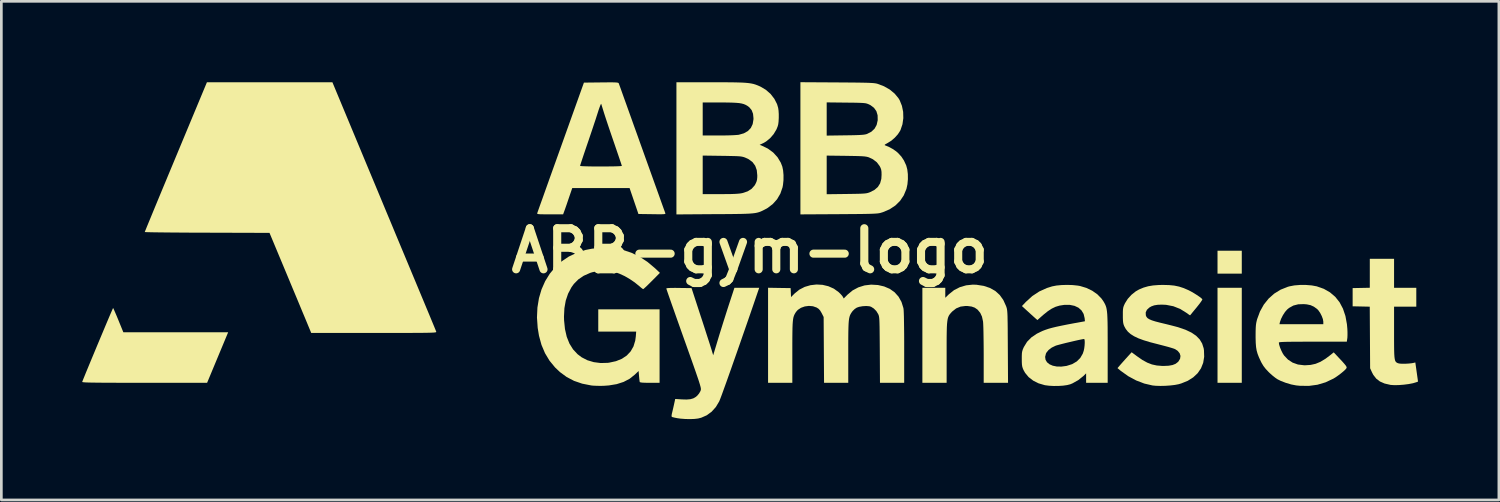
<source format=kicad_pcb>
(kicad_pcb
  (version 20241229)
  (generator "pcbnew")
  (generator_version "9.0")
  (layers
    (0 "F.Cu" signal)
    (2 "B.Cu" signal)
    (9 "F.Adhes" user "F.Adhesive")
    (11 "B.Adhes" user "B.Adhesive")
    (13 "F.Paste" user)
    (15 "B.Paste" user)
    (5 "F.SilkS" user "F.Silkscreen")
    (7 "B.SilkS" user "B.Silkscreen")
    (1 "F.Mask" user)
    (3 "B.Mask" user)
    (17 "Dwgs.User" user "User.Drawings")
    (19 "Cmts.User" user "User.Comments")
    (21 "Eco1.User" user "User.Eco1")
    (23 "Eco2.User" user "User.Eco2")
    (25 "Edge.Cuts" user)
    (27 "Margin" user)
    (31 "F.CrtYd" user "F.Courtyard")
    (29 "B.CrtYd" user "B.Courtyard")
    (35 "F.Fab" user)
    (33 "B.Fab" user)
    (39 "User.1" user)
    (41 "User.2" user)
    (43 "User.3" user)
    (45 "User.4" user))
  (footprint "ABB-gym-logo"
    (layer "F.Cu")
    (at 24.771 6.252)
    (property "Reference" "ABB-gym-logo" (at 0 0 0) (layer "F.SilkS") (effects (font (size 1.524 1.524) (thickness 0.3))))
    (attr board_only exclude_from_pos_files exclude_from_bom)
    (fp_poly (pts (xy 18.25 0.85) (xy 17.35 0.85) (xy 17.35 0) (xy 18.25 0)) (stroke (width 0) (type solid)) (fill yes) (layer "F.SilkS"))
    (fp_poly (pts (xy 18.25 4.9) (xy 17.35 4.9) (xy 17.35 1.375) (xy 18.25 1.375)) (stroke (width 0) (type solid)) (fill yes) (layer "F.SilkS"))
    (fp_poly (pts (xy -23.612 2.148) (xy -23.584 2.209) (xy -23.543 2.303) (xy -23.492 2.422) (xy -23.435 2.559) (xy -23.429 2.575) (xy -23.245 3.025) (xy -19.356 3.025) (xy -20.137 4.9) (xy -22.458 4.9) (xy -22.859 4.9) (xy -23.212 4.9) (xy -23.521 4.899) (xy -23.788 4.898) (xy -24.017 4.897) (xy -24.209 4.895) (xy -24.367 4.893) (xy -24.495 4.891) (xy -24.595 4.888) (xy -24.669 4.884) (xy -24.721 4.88) (xy -24.753 4.876) (xy -24.769 4.87) (xy -24.771 4.866) (xy -24.759 4.834) (xy -24.73 4.761) (xy -24.686 4.653) (xy -24.63 4.515) (xy -24.562 4.351) (xy -24.486 4.167) (xy -24.403 3.967) (xy -24.315 3.756) (xy -24.225 3.539) (xy -24.134 3.322) (xy -24.044 3.108) (xy -23.958 2.903) (xy -23.878 2.712) (xy -23.805 2.54) (xy -23.742 2.391) (xy -23.69 2.271) (xy -23.652 2.184) (xy -23.63 2.135) (xy -23.625 2.126)) (stroke (width 0) (type solid)) (fill yes) (layer "F.SilkS"))
    (fp_poly (pts (xy 23.9 1.375) (xy 24.725 1.375) (xy 24.725 2.075) (xy 23.9 2.075) (xy 23.9 3.039) (xy 23.9 3.298) (xy 23.901 3.513) (xy 23.903 3.687) (xy 23.907 3.824) (xy 23.914 3.931) (xy 23.924 4.01) (xy 23.937 4.068) (xy 23.955 4.108) (xy 23.979 4.136) (xy 24.007 4.156) (xy 24.042 4.172) (xy 24.05 4.175) (xy 24.111 4.188) (xy 24.208 4.194) (xy 24.324 4.193) (xy 24.446 4.186) (xy 24.558 4.174) (xy 24.626 4.161) (xy 24.689 4.146) (xy 24.789 4.855) (xy 24.726 4.879) (xy 24.601 4.916) (xy 24.441 4.947) (xy 24.262 4.97) (xy 24.081 4.984) (xy 23.914 4.988) (xy 23.775 4.979) (xy 23.76 4.976) (xy 23.548 4.927) (xy 23.375 4.851) (xy 23.238 4.745) (xy 23.13 4.606) (xy 23.085 4.52) (xy 23.012 4.362) (xy 23.005 3.219) (xy 22.998 2.076) (xy 22.68 2.069) (xy 22.363 2.062) (xy 22.363 1.387) (xy 23 1.374) (xy 23 0.3) (xy 23.9 0.3)) (stroke (width 0) (type solid)) (fill yes) (layer "F.SilkS"))
    (fp_poly (pts (xy 8.41 1.263) (xy 8.677 1.305) (xy 8.908 1.382) (xy 9.105 1.493) (xy 9.269 1.642) (xy 9.402 1.827) (xy 9.504 2.052) (xy 9.505 2.053) (xy 9.517 2.089) (xy 9.528 2.123) (xy 9.537 2.161) (xy 9.544 2.207) (xy 9.55 2.266) (xy 9.555 2.34) (xy 9.559 2.436) (xy 9.561 2.557) (xy 9.564 2.709) (xy 9.566 2.894) (xy 9.567 3.118) (xy 9.569 3.385) (xy 9.57 3.556) (xy 9.578 4.9) (xy 8.675 4.9) (xy 8.675 3.844) (xy 8.674 3.611) (xy 8.672 3.389) (xy 8.669 3.181) (xy 8.666 2.997) (xy 8.662 2.84) (xy 8.657 2.718) (xy 8.652 2.638) (xy 8.649 2.618) (xy 8.611 2.444) (xy 8.547 2.306) (xy 8.455 2.194) (xy 8.44 2.18) (xy 8.342 2.112) (xy 8.226 2.071) (xy 8.081 2.052) (xy 8 2.05) (xy 7.817 2.073) (xy 7.654 2.14) (xy 7.509 2.254) (xy 7.483 2.281) (xy 7.442 2.327) (xy 7.408 2.37) (xy 7.38 2.415) (xy 7.357 2.468) (xy 7.339 2.532) (xy 7.326 2.613) (xy 7.315 2.715) (xy 7.308 2.842) (xy 7.304 3) (xy 7.301 3.192) (xy 7.3 3.424) (xy 7.3 3.701) (xy 7.3 3.78) (xy 7.3 4.9) (xy 6.4 4.9) (xy 6.4 1.375) (xy 7.25 1.375) (xy 7.25 1.746) (xy 7.387 1.612) (xy 7.574 1.463) (xy 7.789 1.353) (xy 8.024 1.284) (xy 8.272 1.258)) (stroke (width 0) (type solid)) (fill yes) (layer "F.SilkS"))
    (fp_poly (pts (xy -17.816 -6.249) (xy -15.488 -6.249) (xy -14.382 -3.593) (xy -14.217 -3.196) (xy -14.042 -2.777) (xy -13.861 -2.343) (xy -13.677 -1.901) (xy -13.492 -1.456) (xy -13.308 -1.016) (xy -13.13 -0.587) (xy -12.958 -0.175) (xy -12.796 0.213) (xy -12.647 0.57) (xy -12.514 0.89) (xy -12.465 1.007) (xy -12.341 1.304) (xy -12.223 1.588) (xy -12.111 1.856) (xy -12.008 2.104) (xy -11.914 2.329) (xy -11.832 2.527) (xy -11.762 2.696) (xy -11.706 2.831) (xy -11.666 2.929) (xy -11.643 2.987) (xy -11.637 3.001) (xy -11.635 3.009) (xy -11.638 3.017) (xy -11.647 3.023) (xy -11.666 3.029) (xy -11.698 3.033) (xy -11.745 3.037) (xy -11.812 3.04) (xy -11.9 3.043) (xy -12.013 3.045) (xy -12.154 3.047) (xy -12.326 3.048) (xy -12.531 3.049) (xy -12.773 3.049) (xy -13.055 3.05) (xy -13.379 3.05) (xy -13.748 3.05) (xy -13.949 3.05) (xy -16.276 3.05) (xy -16.298 2.994) (xy -16.311 2.962) (xy -16.342 2.888) (xy -16.389 2.775) (xy -16.45 2.627) (xy -16.525 2.447) (xy -16.612 2.24) (xy -16.708 2.008) (xy -16.813 1.755) (xy -16.926 1.486) (xy -17.044 1.203) (xy -17.071 1.137) (xy -17.822 -0.662) (xy -20.136 -0.669) (xy -20.471 -0.67) (xy -20.792 -0.671) (xy -21.095 -0.673) (xy -21.376 -0.675) (xy -21.632 -0.677) (xy -21.86 -0.68) (xy -22.056 -0.682) (xy -22.216 -0.685) (xy -22.338 -0.688) (xy -22.416 -0.691) (xy -22.449 -0.693) (xy -22.45 -0.694) (xy -22.441 -0.719) (xy -22.413 -0.787) (xy -22.369 -0.896) (xy -22.309 -1.042) (xy -22.234 -1.223) (xy -22.146 -1.437) (xy -22.046 -1.679) (xy -21.935 -1.947) (xy -21.814 -2.239) (xy -21.684 -2.551) (xy -21.547 -2.881) (xy -21.403 -3.226) (xy -21.297 -3.481) (xy -20.144 -6.25)) (stroke (width 0) (type solid)) (fill yes) (layer "F.SilkS"))
    (fp_poly (pts (xy 0.276 1.581) (xy 0.147 1.958) (xy 0.018 2.333) (xy -0.11 2.703) (xy -0.236 3.064) (xy -0.358 3.415) (xy -0.475 3.75) (xy -0.587 4.068) (xy -0.691 4.365) (xy -0.788 4.638) (xy -0.875 4.883) (xy -0.953 5.098) (xy -1.018 5.279) (xy -1.071 5.422) (xy -1.111 5.526) (xy -1.136 5.586) (xy -1.139 5.593) (xy -1.265 5.802) (xy -1.42 5.974) (xy -1.601 6.106) (xy -1.803 6.195) (xy -1.922 6.225) (xy -2.057 6.241) (xy -2.222 6.247) (xy -2.399 6.243) (xy -2.571 6.23) (xy -2.692 6.213) (xy -2.783 6.195) (xy -2.855 6.178) (xy -2.894 6.166) (xy -2.896 6.165) (xy -2.906 6.131) (xy -2.896 6.055) (xy -2.887 6.019) (xy -2.865 5.927) (xy -2.838 5.81) (xy -2.812 5.695) (xy -2.812 5.694) (xy -2.77 5.5) (xy -2.524 5.516) (xy -2.347 5.521) (xy -2.208 5.509) (xy -2.097 5.477) (xy -2.004 5.423) (xy -1.947 5.372) (xy -1.885 5.297) (xy -1.838 5.216) (xy -1.824 5.182) (xy -1.82 5.163) (xy -1.817 5.142) (xy -1.818 5.114) (xy -1.824 5.077) (xy -1.836 5.028) (xy -1.854 4.963) (xy -1.88 4.879) (xy -1.914 4.773) (xy -1.959 4.642) (xy -2.014 4.482) (xy -2.081 4.29) (xy -2.161 4.063) (xy -2.256 3.797) (xy -2.365 3.49) (xy -2.448 3.258) (xy -2.551 2.968) (xy -2.649 2.692) (xy -2.741 2.433) (xy -2.825 2.194) (xy -2.901 1.98) (xy -2.966 1.794) (xy -3.02 1.64) (xy -3.061 1.521) (xy -3.088 1.441) (xy -3.1 1.403) (xy -3.1 1.401) (xy -3.08 1.391) (xy -3.018 1.384) (xy -2.912 1.38) (xy -2.759 1.379) (xy -2.632 1.381) (xy -2.164 1.387) (xy -1.821 2.438) (xy -1.746 2.665) (xy -1.675 2.884) (xy -1.609 3.09) (xy -1.549 3.275) (xy -1.497 3.435) (xy -1.457 3.562) (xy -1.429 3.652) (xy -1.419 3.683) (xy -1.361 3.879) (xy -1.189 3.308) (xy -1.132 3.119) (xy -1.063 2.898) (xy -0.988 2.658) (xy -0.911 2.416) (xy -0.838 2.186) (xy -0.796 2.056) (xy -0.573 1.375) (xy 0.347 1.375)) (stroke (width 0) (type solid)) (fill yes) (layer "F.SilkS"))
    (fp_poly (pts (xy 2.697 1.266) (xy 2.914 1.318) (xy 3.116 1.408) (xy 3.293 1.536) (xy 3.362 1.603) (xy 3.42 1.668) (xy 3.448 1.708) (xy 3.482 1.772) (xy 3.623 1.63) (xy 3.81 1.474) (xy 4.023 1.36) (xy 4.255 1.287) (xy 4.5 1.258) (xy 4.754 1.273) (xy 4.98 1.325) (xy 5.191 1.415) (xy 5.37 1.542) (xy 5.516 1.705) (xy 5.625 1.9) (xy 5.695 2.124) (xy 5.699 2.147) (xy 5.705 2.203) (xy 5.71 2.305) (xy 5.715 2.45) (xy 5.718 2.633) (xy 5.721 2.851) (xy 5.724 3.101) (xy 5.725 3.378) (xy 5.725 3.591) (xy 5.725 4.9) (xy 4.827 4.9) (xy 4.82 3.681) (xy 4.818 3.402) (xy 4.816 3.169) (xy 4.814 2.977) (xy 4.812 2.82) (xy 4.809 2.696) (xy 4.806 2.6) (xy 4.801 2.525) (xy 4.795 2.47) (xy 4.788 2.428) (xy 4.779 2.395) (xy 4.768 2.367) (xy 4.76 2.35) (xy 4.691 2.238) (xy 4.598 2.144) (xy 4.497 2.08) (xy 4.437 2.061) (xy 4.317 2.051) (xy 4.181 2.059) (xy 4.052 2.082) (xy 3.966 2.112) (xy 3.89 2.162) (xy 3.817 2.233) (xy 3.797 2.258) (xy 3.764 2.305) (xy 3.737 2.35) (xy 3.714 2.398) (xy 3.696 2.454) (xy 3.681 2.523) (xy 3.67 2.608) (xy 3.662 2.715) (xy 3.657 2.849) (xy 3.653 3.014) (xy 3.651 3.215) (xy 3.65 3.456) (xy 3.65 3.743) (xy 3.65 4.9) (xy 2.752 4.9) (xy 2.737 2.459) (xy 2.663 2.313) (xy 2.606 2.217) (xy 2.548 2.154) (xy 2.477 2.108) (xy 2.34 2.06) (xy 2.19 2.047) (xy 2.038 2.067) (xy 1.897 2.117) (xy 1.779 2.195) (xy 1.712 2.271) (xy 1.682 2.319) (xy 1.656 2.365) (xy 1.635 2.413) (xy 1.617 2.469) (xy 1.604 2.538) (xy 1.594 2.623) (xy 1.586 2.73) (xy 1.581 2.864) (xy 1.578 3.028) (xy 1.576 3.228) (xy 1.575 3.469) (xy 1.575 3.754) (xy 1.575 4.9) (xy 0.675 4.9) (xy 0.675 1.374) (xy 1.094 1.381) (xy 1.512 1.387) (xy 1.527 1.72) (xy 1.663 1.584) (xy 1.836 1.444) (xy 2.034 1.342) (xy 2.249 1.279) (xy 2.472 1.253)) (stroke (width 0) (type solid)) (fill yes) (layer "F.SilkS"))
    (fp_poly (pts (xy -5.287 -0.093) (xy -5.079 -0.081) (xy -4.887 -0.06) (xy -4.726 -0.032) (xy -4.703 -0.026) (xy -4.396 0.075) (xy -4.093 0.222) (xy -3.802 0.413) (xy -3.533 0.638) (xy -3.337 0.821) (xy -3.637 1.123) (xy -3.737 1.222) (xy -3.825 1.308) (xy -3.896 1.374) (xy -3.943 1.415) (xy -3.958 1.425) (xy -3.987 1.409) (xy -4.04 1.368) (xy -4.107 1.31) (xy -4.109 1.309) (xy -4.27 1.178) (xy -4.455 1.052) (xy -4.646 0.941) (xy -4.828 0.857) (xy -4.873 0.84) (xy -4.965 0.808) (xy -5.041 0.787) (xy -5.115 0.774) (xy -5.202 0.767) (xy -5.314 0.765) (xy -5.425 0.765) (xy -5.574 0.766) (xy -5.685 0.772) (xy -5.773 0.782) (xy -5.849 0.799) (xy -5.924 0.822) (xy -6.163 0.928) (xy -6.364 1.064) (xy -6.531 1.233) (xy -6.62 1.357) (xy -6.744 1.593) (xy -6.831 1.849) (xy -6.881 2.132) (xy -6.897 2.444) (xy -6.893 2.585) (xy -6.86 2.908) (xy -6.794 3.195) (xy -6.694 3.445) (xy -6.56 3.66) (xy -6.392 3.84) (xy -6.239 3.955) (xy -6.029 4.063) (xy -5.791 4.134) (xy -5.537 4.167) (xy -5.275 4.16) (xy -5.221 4.153) (xy -4.967 4.098) (xy -4.748 4.009) (xy -4.567 3.888) (xy -4.423 3.734) (xy -4.318 3.55) (xy -4.253 3.336) (xy -4.232 3.181) (xy -4.218 3) (xy -5.625 3) (xy -5.625 2.175) (xy -3.35 2.175) (xy -3.35 4.9) (xy -3.713 4.9) (xy -3.867 4.899) (xy -3.976 4.895) (xy -4.045 4.887) (xy -4.08 4.876) (xy -4.087 4.869) (xy -4.093 4.83) (xy -4.102 4.756) (xy -4.111 4.663) (xy -4.112 4.65) (xy -4.128 4.463) (xy -4.272 4.6) (xy -4.463 4.752) (xy -4.686 4.868) (xy -4.942 4.95) (xy -5.232 4.998) (xy -5.425 5.012) (xy -5.562 5.014) (xy -5.702 5.011) (xy -5.825 5.005) (xy -5.888 4.998) (xy -6.221 4.932) (xy -6.522 4.829) (xy -6.796 4.686) (xy -7.047 4.502) (xy -7.227 4.331) (xy -7.434 4.079) (xy -7.601 3.801) (xy -7.731 3.494) (xy -7.824 3.155) (xy -7.872 2.862) (xy -7.899 2.477) (xy -7.882 2.108) (xy -7.825 1.759) (xy -7.729 1.433) (xy -7.595 1.13) (xy -7.425 0.855) (xy -7.222 0.61) (xy -6.985 0.396) (xy -6.718 0.217) (xy -6.422 0.075) (xy -6.099 -0.028) (xy -5.853 -0.076) (xy -5.689 -0.092) (xy -5.496 -0.097)) (stroke (width 0) (type solid)) (fill yes) (layer "F.SilkS"))
    (fp_poly (pts (xy 20.844 1.287) (xy 21.029 1.321) (xy 21.033 1.322) (xy 21.294 1.414) (xy 21.522 1.544) (xy 21.717 1.71) (xy 21.878 1.912) (xy 22.004 2.15) (xy 22.096 2.423) (xy 22.152 2.731) (xy 22.167 2.9) (xy 22.172 3.021) (xy 22.172 3.137) (xy 22.168 3.231) (xy 22.164 3.258) (xy 22.147 3.375) (xy 20.886 3.375) (xy 20.597 3.375) (xy 20.355 3.376) (xy 20.155 3.377) (xy 19.993 3.379) (xy 19.867 3.381) (xy 19.771 3.385) (xy 19.703 3.389) (xy 19.659 3.394) (xy 19.634 3.401) (xy 19.625 3.408) (xy 19.625 3.41) (xy 19.637 3.486) (xy 19.669 3.589) (xy 19.715 3.7) (xy 19.767 3.805) (xy 19.818 3.885) (xy 19.965 4.04) (xy 20.137 4.152) (xy 20.334 4.222) (xy 20.558 4.249) (xy 20.599 4.25) (xy 20.802 4.237) (xy 20.988 4.196) (xy 21.167 4.122) (xy 21.351 4.011) (xy 21.503 3.898) (xy 21.662 3.771) (xy 21.869 3.992) (xy 21.977 4.107) (xy 22.053 4.193) (xy 22.104 4.255) (xy 22.131 4.298) (xy 22.141 4.329) (xy 22.136 4.354) (xy 22.132 4.361) (xy 22.093 4.409) (xy 22.022 4.475) (xy 21.93 4.551) (xy 21.828 4.628) (xy 21.726 4.699) (xy 21.65 4.745) (xy 21.36 4.882) (xy 21.058 4.972) (xy 20.741 5.015) (xy 20.408 5.011) (xy 20.267 4.997) (xy 20.082 4.961) (xy 19.884 4.902) (xy 19.695 4.829) (xy 19.575 4.769) (xy 19.497 4.716) (xy 19.4 4.64) (xy 19.299 4.551) (xy 19.248 4.502) (xy 19.137 4.384) (xy 19.054 4.276) (xy 18.983 4.158) (xy 18.954 4.1) (xy 18.887 3.955) (xy 18.837 3.827) (xy 18.802 3.703) (xy 18.78 3.571) (xy 18.768 3.419) (xy 18.763 3.234) (xy 18.763 3.15) (xy 18.764 2.986) (xy 18.768 2.859) (xy 18.775 2.76) (xy 18.78 2.725) (xy 19.649 2.725) (xy 21.275 2.725) (xy 21.275 2.629) (xy 21.259 2.536) (xy 21.218 2.425) (xy 21.16 2.311) (xy 21.094 2.214) (xy 21.045 2.162) (xy 20.925 2.076) (xy 20.803 2.02) (xy 20.661 1.99) (xy 20.55 1.981) (xy 20.343 1.988) (xy 20.164 2.034) (xy 20.007 2.121) (xy 19.933 2.182) (xy 19.854 2.273) (xy 19.776 2.393) (xy 19.71 2.523) (xy 19.667 2.643) (xy 19.664 2.656) (xy 19.649 2.725) (xy 18.78 2.725) (xy 18.787 2.676) (xy 18.805 2.596) (xy 18.82 2.539) (xy 18.926 2.253) (xy 19.068 1.998) (xy 19.245 1.777) (xy 19.453 1.592) (xy 19.691 1.445) (xy 19.957 1.339) (xy 20.017 1.322) (xy 20.2 1.287) (xy 20.411 1.27) (xy 20.632 1.27)) (stroke (width 0) (type solid)) (fill yes) (layer "F.SilkS"))
    (fp_poly (pts (xy -5.058 -6.246) (xy -4.978 -6.243) (xy -4.924 -6.238) (xy -4.891 -6.231) (xy -4.873 -6.221) (xy -4.864 -6.208) (xy -4.863 -6.207) (xy -4.853 -6.177) (xy -4.826 -6.104) (xy -4.785 -5.991) (xy -4.731 -5.839) (xy -4.665 -5.654) (xy -4.587 -5.438) (xy -4.5 -5.194) (xy -4.403 -4.925) (xy -4.3 -4.635) (xy -4.189 -4.328) (xy -4.074 -4.005) (xy -4 -3.8) (xy -3.882 -3.47) (xy -3.768 -3.152) (xy -3.66 -2.851) (xy -3.559 -2.569) (xy -3.466 -2.31) (xy -3.382 -2.076) (xy -3.309 -1.871) (xy -3.247 -1.698) (xy -3.198 -1.561) (xy -3.162 -1.463) (xy -3.142 -1.406) (xy -3.137 -1.393) (xy -3.134 -1.378) (xy -3.142 -1.367) (xy -3.167 -1.36) (xy -3.216 -1.355) (xy -3.295 -1.353) (xy -3.409 -1.353) (xy -3.565 -1.355) (xy -3.627 -1.356) (xy -4.135 -1.363) (xy -4.299 -1.844) (xy -4.463 -2.325) (xy -5.526 -2.325) (xy -6.59 -2.325) (xy -6.712 -1.969) (xy -6.759 -1.831) (xy -6.804 -1.698) (xy -6.844 -1.584) (xy -6.874 -1.5) (xy -6.881 -1.481) (xy -6.929 -1.35) (xy -7.416 -1.35) (xy -7.584 -1.35) (xy -7.707 -1.352) (xy -7.794 -1.354) (xy -7.849 -1.359) (xy -7.879 -1.367) (xy -7.891 -1.377) (xy -7.89 -1.392) (xy -7.889 -1.394) (xy -7.879 -1.423) (xy -7.853 -1.496) (xy -7.813 -1.61) (xy -7.759 -1.761) (xy -7.692 -1.946) (xy -7.615 -2.163) (xy -7.528 -2.407) (xy -7.432 -2.677) (xy -7.328 -2.967) (xy -7.263 -3.148) (xy -6.3 -3.148) (xy -6.276 -3.142) (xy -6.207 -3.136) (xy -6.098 -3.132) (xy -5.953 -3.128) (xy -5.779 -3.126) (xy -5.58 -3.125) (xy -5.525 -3.125) (xy -5.334 -3.126) (xy -5.16 -3.128) (xy -5.009 -3.13) (xy -4.887 -3.134) (xy -4.801 -3.139) (xy -4.755 -3.144) (xy -4.75 -3.146) (xy -4.758 -3.174) (xy -4.78 -3.244) (xy -4.816 -3.349) (xy -4.862 -3.486) (xy -4.917 -3.647) (xy -4.979 -3.828) (xy -5.037 -3.998) (xy -5.109 -4.207) (xy -5.18 -4.415) (xy -5.247 -4.613) (xy -5.307 -4.793) (xy -5.358 -4.947) (xy -5.397 -5.067) (xy -5.414 -5.121) (xy -5.45 -5.237) (xy -5.481 -5.338) (xy -5.504 -5.412) (xy -5.516 -5.45) (xy -5.516 -5.45) (xy -5.527 -5.441) (xy -5.55 -5.391) (xy -5.581 -5.308) (xy -5.619 -5.199) (xy -5.638 -5.138) (xy -5.674 -5.026) (xy -5.722 -4.876) (xy -5.782 -4.697) (xy -5.848 -4.498) (xy -5.919 -4.288) (xy -5.991 -4.075) (xy -6.024 -3.979) (xy -6.089 -3.788) (xy -6.149 -3.611) (xy -6.201 -3.455) (xy -6.244 -3.325) (xy -6.276 -3.227) (xy -6.295 -3.166) (xy -6.3 -3.148) (xy -7.263 -3.148) (xy -7.217 -3.276) (xy -7.101 -3.6) (xy -7.016 -3.837) (xy -6.157 -6.237) (xy -5.519 -6.244) (xy -5.323 -6.246) (xy -5.172 -6.247)) (stroke (width 0) (type solid)) (fill yes) (layer "F.SilkS"))
    (fp_poly (pts (xy -1.136 -6.25) (xy -0.868 -6.249) (xy -0.64 -6.247) (xy -0.449 -6.243) (xy -0.289 -6.238) (xy -0.156 -6.23) (xy -0.045 -6.219) (xy 0.049 -6.205) (xy 0.131 -6.188) (xy 0.204 -6.166) (xy 0.274 -6.14) (xy 0.345 -6.11) (xy 0.395 -6.087) (xy 0.596 -5.968) (xy 0.769 -5.815) (xy 0.908 -5.636) (xy 1.009 -5.438) (xy 1.05 -5.298) (xy 1.064 -5.199) (xy 1.072 -5.071) (xy 1.072 -4.932) (xy 1.071 -4.91) (xy 1.064 -4.784) (xy 1.052 -4.69) (xy 1.03 -4.61) (xy 0.997 -4.526) (xy 0.982 -4.493) (xy 0.882 -4.326) (xy 0.751 -4.175) (xy 0.602 -4.053) (xy 0.5 -3.994) (xy 0.362 -3.929) (xy 0.438 -3.9) (xy 0.667 -3.789) (xy 0.864 -3.645) (xy 1.025 -3.47) (xy 1.146 -3.269) (xy 1.203 -3.123) (xy 1.233 -2.979) (xy 1.248 -2.806) (xy 1.247 -2.621) (xy 1.229 -2.444) (xy 1.212 -2.352) (xy 1.132 -2.12) (xy 1.01 -1.911) (xy 0.849 -1.731) (xy 0.655 -1.584) (xy 0.587 -1.546) (xy 0.517 -1.509) (xy 0.454 -1.478) (xy 0.395 -1.452) (xy 0.334 -1.43) (xy 0.268 -1.412) (xy 0.191 -1.397) (xy 0.099 -1.386) (xy -0.012 -1.377) (xy -0.147 -1.371) (xy -0.31 -1.366) (xy -0.505 -1.363) (xy -0.737 -1.36) (xy -1.011 -1.358) (xy -1.306 -1.357) (xy -2.725 -1.347) (xy -2.725 -3.53) (xy -1.75 -3.53) (xy -1.75 -2.1) (xy -1.099 -2.1) (xy -0.878 -2.101) (xy -0.7 -2.103) (xy -0.558 -2.108) (xy -0.447 -2.115) (xy -0.358 -2.124) (xy -0.285 -2.137) (xy -0.273 -2.14) (xy -0.085 -2.202) (xy 0.064 -2.296) (xy 0.176 -2.422) (xy 0.206 -2.474) (xy 0.244 -2.556) (xy 0.265 -2.632) (xy 0.274 -2.724) (xy 0.275 -2.797) (xy 0.256 -2.99) (xy 0.198 -3.152) (xy 0.1 -3.286) (xy -0.04 -3.392) (xy -0.167 -3.452) (xy -0.212 -3.469) (xy -0.256 -3.482) (xy -0.307 -3.493) (xy -0.37 -3.501) (xy -0.453 -3.507) (xy -0.561 -3.511) (xy -0.701 -3.514) (xy -0.881 -3.518) (xy -1.031 -3.52) (xy -1.75 -3.53) (xy -2.725 -3.53) (xy -2.725 -4.275) (xy -1.75 -4.275) (xy -1.155 -4.275) (xy -0.977 -4.276) (xy -0.808 -4.279) (xy -0.656 -4.284) (xy -0.53 -4.291) (xy -0.44 -4.298) (xy -0.411 -4.302) (xy -0.223 -4.356) (xy -0.074 -4.44) (xy 0.035 -4.554) (xy 0.104 -4.698) (xy 0.133 -4.872) (xy 0.134 -4.915) (xy 0.117 -5.082) (xy 0.066 -5.216) (xy -0.023 -5.323) (xy -0.1 -5.38) (xy -0.162 -5.414) (xy -0.228 -5.441) (xy -0.306 -5.462) (xy -0.401 -5.478) (xy -0.52 -5.488) (xy -0.669 -5.495) (xy -0.855 -5.499) (xy -1.083 -5.5) (xy -1.116 -5.5) (xy -1.75 -5.5) (xy -1.75 -4.275) (xy -2.725 -4.275) (xy -2.725 -6.25) (xy -1.449 -6.25)) (stroke (width 0) (type solid)) (fill yes) (layer "F.SilkS"))
    (fp_poly (pts (xy 11.974 1.274) (xy 12.163 1.294) (xy 12.25 1.309) (xy 12.485 1.38) (xy 12.701 1.484) (xy 12.89 1.616) (xy 13.043 1.772) (xy 13.118 1.879) (xy 13.151 1.935) (xy 13.179 1.988) (xy 13.202 2.042) (xy 13.222 2.102) (xy 13.237 2.172) (xy 13.249 2.257) (xy 13.259 2.36) (xy 13.265 2.487) (xy 13.27 2.642) (xy 13.273 2.829) (xy 13.274 3.054) (xy 13.275 3.319) (xy 13.275 3.605) (xy 13.275 4.9) (xy 12.475 4.9) (xy 12.475 4.55) (xy 12.374 4.648) (xy 12.184 4.801) (xy 11.967 4.922) (xy 11.884 4.956) (xy 11.769 4.985) (xy 11.62 5.006) (xy 11.449 5.017) (xy 11.272 5.018) (xy 11.102 5.009) (xy 10.953 4.99) (xy 10.938 4.987) (xy 10.71 4.92) (xy 10.51 4.819) (xy 10.341 4.688) (xy 10.211 4.531) (xy 10.154 4.43) (xy 10.124 4.36) (xy 10.105 4.296) (xy 10.094 4.224) (xy 10.089 4.13) (xy 10.088 4.013) (xy 10.088 3.939) (xy 10.954 3.939) (xy 10.97 4.047) (xy 11.025 4.139) (xy 11.116 4.213) (xy 11.238 4.266) (xy 11.387 4.296) (xy 11.558 4.299) (xy 11.747 4.274) (xy 11.755 4.272) (xy 11.957 4.208) (xy 12.126 4.109) (xy 12.258 3.979) (xy 12.351 3.818) (xy 12.386 3.713) (xy 12.406 3.618) (xy 12.418 3.517) (xy 12.424 3.42) (xy 12.422 3.34) (xy 12.413 3.288) (xy 12.4 3.275) (xy 12.355 3.281) (xy 12.271 3.297) (xy 12.158 3.321) (xy 12.025 3.351) (xy 11.881 3.385) (xy 11.736 3.419) (xy 11.6 3.453) (xy 11.482 3.484) (xy 11.391 3.509) (xy 11.342 3.525) (xy 11.198 3.595) (xy 11.081 3.684) (xy 11 3.784) (xy 10.984 3.818) (xy 10.954 3.939) (xy 10.088 3.939) (xy 10.089 3.888) (xy 10.093 3.798) (xy 10.105 3.729) (xy 10.125 3.664) (xy 10.157 3.59) (xy 10.168 3.568) (xy 10.284 3.379) (xy 10.443 3.217) (xy 10.643 3.081) (xy 10.672 3.066) (xy 10.772 3.016) (xy 10.87 2.971) (xy 10.973 2.932) (xy 11.087 2.894) (xy 11.218 2.858) (xy 11.372 2.821) (xy 11.556 2.782) (xy 11.775 2.738) (xy 12.035 2.689) (xy 12.122 2.674) (xy 12.431 2.617) (xy 12.42 2.502) (xy 12.382 2.345) (xy 12.304 2.215) (xy 12.191 2.114) (xy 12.044 2.045) (xy 11.869 2.009) (xy 11.668 2.009) (xy 11.653 2.011) (xy 11.491 2.036) (xy 11.343 2.08) (xy 11.201 2.148) (xy 11.053 2.245) (xy 10.89 2.376) (xy 10.833 2.426) (xy 10.667 2.573) (xy 10.565 2.482) (xy 10.5 2.424) (xy 10.413 2.345) (xy 10.319 2.259) (xy 10.278 2.222) (xy 10.094 2.053) (xy 10.241 1.898) (xy 10.477 1.683) (xy 10.736 1.512) (xy 11.022 1.383) (xy 11.213 1.323) (xy 11.371 1.292) (xy 11.562 1.274) (xy 11.769 1.268)) (stroke (width 0) (type solid)) (fill yes) (layer "F.SilkS"))
    (fp_poly (pts (xy 15.554 1.275) (xy 15.748 1.294) (xy 15.924 1.331) (xy 16.096 1.387) (xy 16.273 1.464) (xy 16.368 1.513) (xy 16.474 1.574) (xy 16.579 1.64) (xy 16.674 1.704) (xy 16.746 1.759) (xy 16.786 1.798) (xy 16.788 1.801) (xy 16.778 1.828) (xy 16.742 1.886) (xy 16.683 1.967) (xy 16.607 2.063) (xy 16.572 2.107) (xy 16.489 2.207) (xy 16.419 2.292) (xy 16.367 2.356) (xy 16.338 2.391) (xy 16.334 2.396) (xy 16.313 2.387) (xy 16.264 2.353) (xy 16.196 2.304) (xy 16.195 2.303) (xy 15.963 2.159) (xy 15.712 2.06) (xy 15.446 2.008) (xy 15.288 2) (xy 15.127 2.006) (xy 15 2.027) (xy 14.895 2.065) (xy 14.822 2.107) (xy 14.73 2.192) (xy 14.686 2.289) (xy 14.69 2.397) (xy 14.713 2.452) (xy 14.753 2.5) (xy 14.819 2.542) (xy 14.914 2.583) (xy 15.044 2.624) (xy 15.217 2.669) (xy 15.3 2.689) (xy 15.454 2.726) (xy 15.61 2.765) (xy 15.754 2.802) (xy 15.87 2.833) (xy 15.9 2.842) (xy 16.164 2.933) (xy 16.382 3.037) (xy 16.556 3.155) (xy 16.688 3.29) (xy 16.78 3.444) (xy 16.836 3.62) (xy 16.847 3.692) (xy 16.855 3.935) (xy 16.818 4.16) (xy 16.737 4.363) (xy 16.614 4.543) (xy 16.449 4.698) (xy 16.246 4.826) (xy 16.004 4.924) (xy 15.905 4.953) (xy 15.77 4.979) (xy 15.601 4.999) (xy 15.416 5.012) (xy 15.23 5.016) (xy 15.062 5.011) (xy 14.938 4.999) (xy 14.633 4.928) (xy 14.33 4.812) (xy 14.038 4.655) (xy 13.767 4.462) (xy 13.726 4.429) (xy 13.639 4.355) (xy 13.755 4.221) (xy 13.831 4.135) (xy 13.922 4.033) (xy 14.01 3.936) (xy 14.018 3.927) (xy 14.164 3.767) (xy 14.369 3.919) (xy 14.564 4.054) (xy 14.743 4.152) (xy 14.916 4.219) (xy 15.095 4.258) (xy 15.292 4.274) (xy 15.352 4.275) (xy 15.536 4.267) (xy 15.681 4.241) (xy 15.794 4.196) (xy 15.882 4.128) (xy 15.899 4.11) (xy 15.961 4.008) (xy 15.976 3.903) (xy 15.945 3.803) (xy 15.87 3.713) (xy 15.776 3.651) (xy 15.725 3.631) (xy 15.633 3.602) (xy 15.51 3.566) (xy 15.363 3.527) (xy 15.202 3.485) (xy 15.128 3.466) (xy 14.846 3.393) (xy 14.609 3.321) (xy 14.413 3.249) (xy 14.254 3.173) (xy 14.125 3.092) (xy 14.024 3.003) (xy 13.946 2.903) (xy 13.891 2.804) (xy 13.867 2.743) (xy 13.851 2.678) (xy 13.842 2.597) (xy 13.838 2.487) (xy 13.838 2.4) (xy 13.838 2.273) (xy 13.842 2.182) (xy 13.852 2.114) (xy 13.87 2.053) (xy 13.899 1.987) (xy 13.919 1.946) (xy 14.02 1.786) (xy 14.156 1.636) (xy 14.313 1.51) (xy 14.438 1.438) (xy 14.606 1.368) (xy 14.776 1.319) (xy 14.961 1.288) (xy 15.173 1.272) (xy 15.325 1.269)) (stroke (width 0) (type solid)) (fill yes) (layer "F.SilkS"))
    (fp_poly (pts (xy 3.231 -6.244) (xy 3.531 -6.242) (xy 3.785 -6.24) (xy 3.998 -6.238) (xy 4.174 -6.235) (xy 4.317 -6.232) (xy 4.432 -6.228) (xy 4.522 -6.223) (xy 4.593 -6.218) (xy 4.649 -6.211) (xy 4.694 -6.203) (xy 4.732 -6.193) (xy 4.737 -6.192) (xy 4.976 -6.101) (xy 5.189 -5.98) (xy 5.368 -5.832) (xy 5.51 -5.662) (xy 5.558 -5.582) (xy 5.641 -5.376) (xy 5.687 -5.151) (xy 5.693 -4.918) (xy 5.661 -4.691) (xy 5.59 -4.481) (xy 5.572 -4.445) (xy 5.49 -4.319) (xy 5.375 -4.192) (xy 5.245 -4.08) (xy 5.118 -4.001) (xy 5.041 -3.959) (xy 5.004 -3.933) (xy 5.004 -3.916) (xy 5.016 -3.91) (xy 5.152 -3.855) (xy 5.294 -3.778) (xy 5.422 -3.691) (xy 5.496 -3.628) (xy 5.62 -3.493) (xy 5.715 -3.349) (xy 5.795 -3.176) (xy 5.801 -3.163) (xy 5.84 -3.017) (xy 5.861 -2.842) (xy 5.863 -2.653) (xy 5.846 -2.466) (xy 5.81 -2.298) (xy 5.806 -2.286) (xy 5.709 -2.053) (xy 5.572 -1.849) (xy 5.397 -1.677) (xy 5.185 -1.537) (xy 4.937 -1.431) (xy 4.862 -1.408) (xy 4.826 -1.398) (xy 4.782 -1.39) (xy 4.729 -1.383) (xy 4.66 -1.378) (xy 4.572 -1.373) (xy 4.461 -1.369) (xy 4.323 -1.366) (xy 4.153 -1.363) (xy 3.948 -1.361) (xy 3.702 -1.359) (xy 3.412 -1.357) (xy 3.294 -1.356) (xy 1.875 -1.348) (xy 1.875 -3.529) (xy 2.85 -3.529) (xy 2.85 -2.096) (xy 3.581 -2.105) (xy 3.793 -2.108) (xy 3.962 -2.111) (xy 4.093 -2.114) (xy 4.194 -2.119) (xy 4.271 -2.125) (xy 4.33 -2.133) (xy 4.378 -2.144) (xy 4.421 -2.158) (xy 4.458 -2.172) (xy 4.625 -2.258) (xy 4.749 -2.366) (xy 4.832 -2.5) (xy 4.877 -2.665) (xy 4.886 -2.812) (xy 4.884 -2.923) (xy 4.873 -3.003) (xy 4.85 -3.072) (xy 4.815 -3.141) (xy 4.71 -3.281) (xy 4.565 -3.393) (xy 4.412 -3.465) (xy 4.369 -3.478) (xy 4.319 -3.489) (xy 4.255 -3.498) (xy 4.17 -3.505) (xy 4.06 -3.51) (xy 3.917 -3.514) (xy 3.735 -3.517) (xy 3.569 -3.52) (xy 2.85 -3.529) (xy 1.875 -3.529) (xy 1.875 -5.503) (xy 2.85 -5.503) (xy 2.85 -4.271) (xy 3.544 -4.281) (xy 3.757 -4.284) (xy 3.927 -4.288) (xy 4.059 -4.293) (xy 4.16 -4.299) (xy 4.236 -4.307) (xy 4.293 -4.317) (xy 4.337 -4.329) (xy 4.348 -4.333) (xy 4.508 -4.416) (xy 4.626 -4.527) (xy 4.703 -4.666) (xy 4.742 -4.837) (xy 4.743 -4.848) (xy 4.739 -5.026) (xy 4.693 -5.178) (xy 4.605 -5.302) (xy 4.475 -5.4) (xy 4.419 -5.428) (xy 4.379 -5.445) (xy 4.34 -5.459) (xy 4.295 -5.47) (xy 4.239 -5.477) (xy 4.164 -5.483) (xy 4.065 -5.487) (xy 3.934 -5.491) (xy 3.766 -5.493) (xy 3.569 -5.495) (xy 2.85 -5.503) (xy 1.875 -5.503) (xy 1.875 -6.252)) (stroke (width 0) (type solid)) (fill yes) (layer "F.SilkS")))
  (gr_rect
    (start -3 -3)
    (end 52.56 15.499)
    (stroke (width 0.1) (type default))
    (fill no)
    (layer "Edge.Cuts")))
</source>
